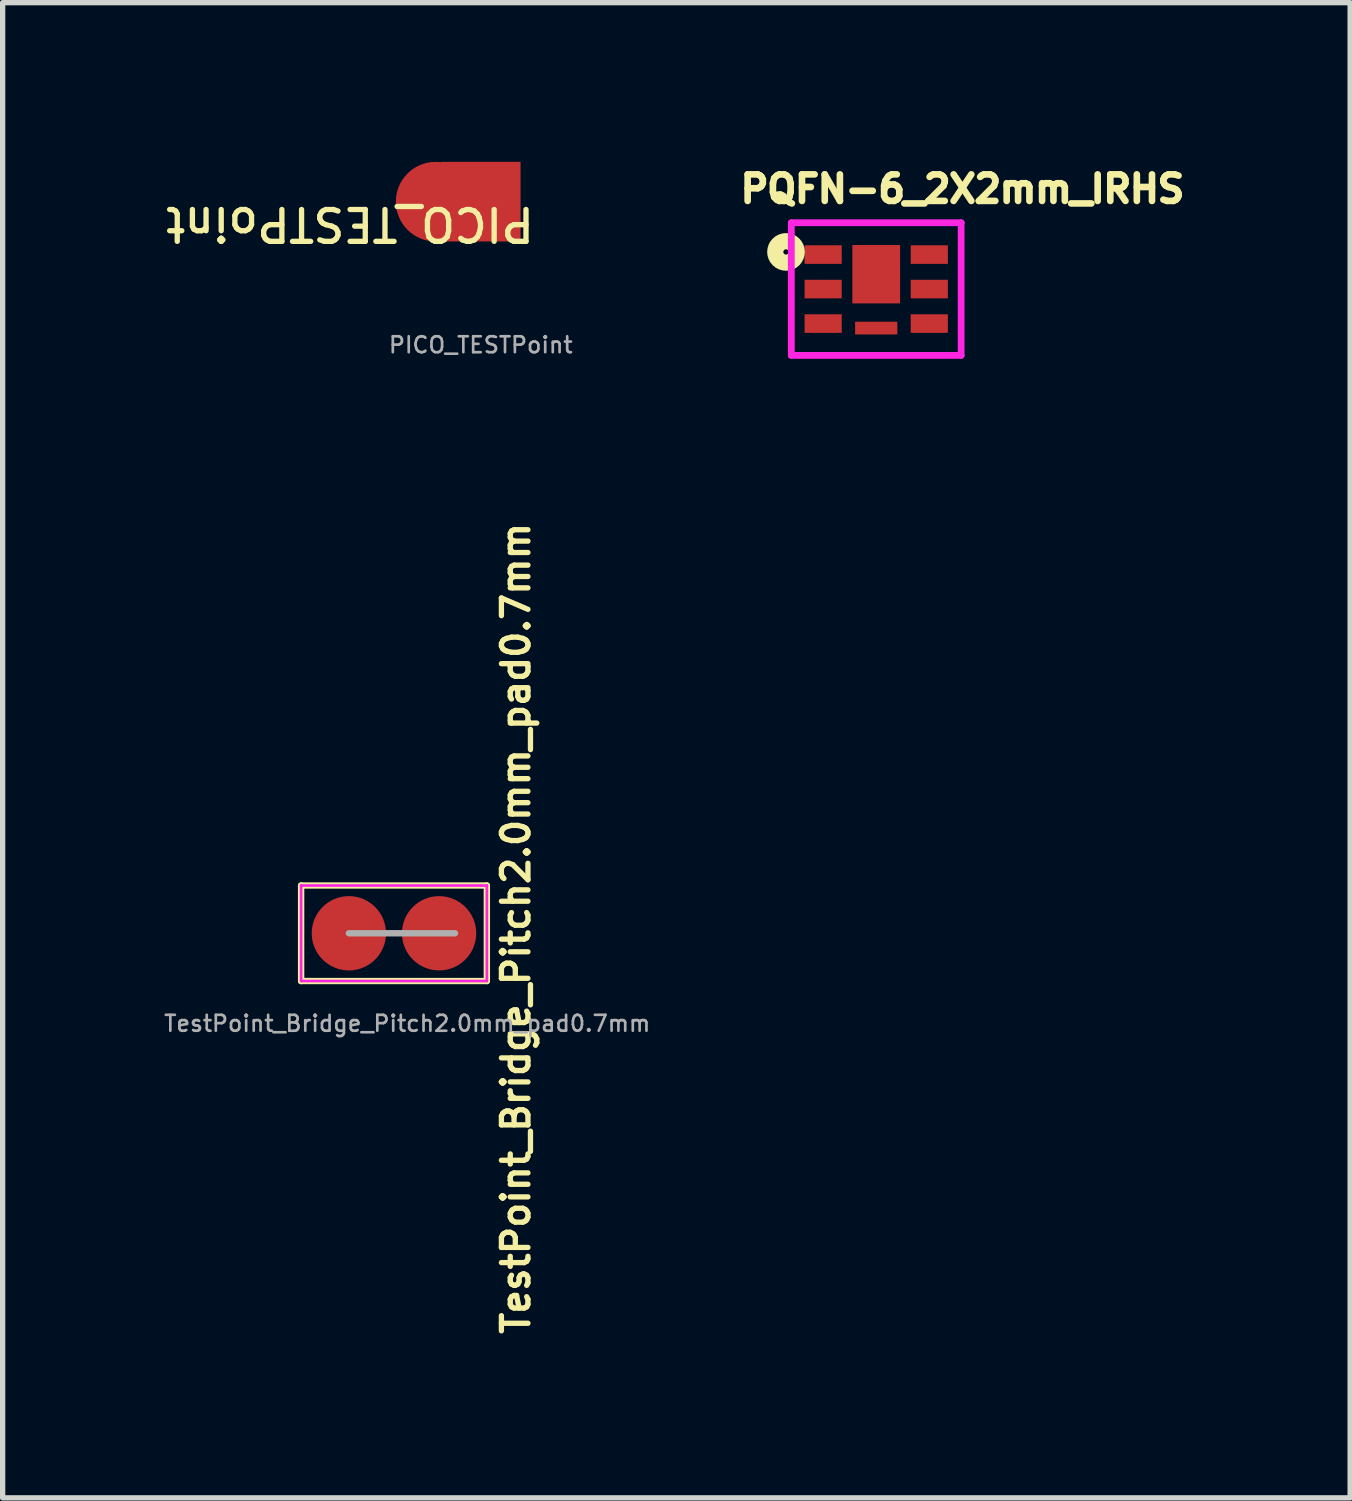
<source format=kicad_pcb>
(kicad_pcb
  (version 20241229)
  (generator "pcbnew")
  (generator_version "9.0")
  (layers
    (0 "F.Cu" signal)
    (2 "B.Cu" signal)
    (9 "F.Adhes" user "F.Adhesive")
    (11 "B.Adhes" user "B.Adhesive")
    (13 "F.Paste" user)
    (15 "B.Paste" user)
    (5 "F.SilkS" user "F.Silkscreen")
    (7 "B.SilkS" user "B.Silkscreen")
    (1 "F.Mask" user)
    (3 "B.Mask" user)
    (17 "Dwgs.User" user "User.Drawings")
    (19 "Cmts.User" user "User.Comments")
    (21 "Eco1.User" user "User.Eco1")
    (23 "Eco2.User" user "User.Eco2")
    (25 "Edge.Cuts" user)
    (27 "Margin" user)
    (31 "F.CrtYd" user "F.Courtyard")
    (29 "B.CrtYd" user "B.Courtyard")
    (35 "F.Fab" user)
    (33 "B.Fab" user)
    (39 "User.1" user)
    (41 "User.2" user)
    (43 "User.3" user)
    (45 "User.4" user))
  (footprint "PICO_TESTPoint"
    (layer "F.Cu")
    (at 6.009 0.95)
    (property "Reference" "PICO_TESTPoint" (at -2.462 0.22 180) (unlocked yes) (layer "F.SilkS") (effects (font (size 0.6 0.6) (thickness 0.1))))
    (attr smd)
    (fp_text user "${REFERENCE}" (at 0 2.5 0) (unlocked yes) (layer "F.Fab") (effects (font (size 0.3 0.3) (thickness 0.05))))
    (pad "1" smd oval (at -0.85 -0.2 180) (size 1.5 1.5) (layers "F.Cu" "F.Mask" "F.Paste"))
    (pad "1" smd rect (at 0 -0.2 180) (size 1.5 1.5) (layers "F.Cu" "F.Mask" "F.Paste")))
  (footprint "PQFN-6_2X2mm_IRHS"
    (layer "F.Cu")
    (at 13.461 2.397)
    (property "Reference" "PQFN-6_2X2mm_IRHS" (at 1.625 -1.886 180) (layer "F.SilkS") (effects (font (size 0.5 0.5) (thickness 1))))
    (attr smd)
    (fp_circle (center -1.7 -0.7) (end -1.65 -0.7) (stroke (width 0.305) (type solid)) (fill no) (layer "F.SilkS"))
    (fp_circle (center -1.7 -0.7) (end -1.559 -0.7) (stroke (width 0.127) (type solid)) (fill no) (layer "F.SilkS"))
    (fp_line (start -1.6 -1.25) (end 1.6 -1.25) (stroke (width 0.127) (type solid)) (layer "F.CrtYd"))
    (fp_line (start -1.6 1.25) (end -1.6 -1.25) (stroke (width 0.127) (type solid)) (layer "F.CrtYd"))
    (fp_line (start 1.6 -1.25) (end 1.6 1.25) (stroke (width 0.127) (type solid)) (layer "F.CrtYd"))
    (fp_line (start 1.6 1.25) (end -1.6 1.25) (stroke (width 0.127) (type solid)) (layer "F.CrtYd"))
    (pad "1" smd rect (at -1 -0.65) (size 0.7 0.35) (layers "F.Cu" "F.Mask" "F.Paste"))
    (pad "2" smd rect (at -1 0) (size 0.7 0.35) (layers "F.Cu" "F.Mask" "F.Paste"))
    (pad "3" smd rect (at -1 0.65) (size 0.7 0.35) (layers "F.Cu" "F.Mask" "F.Paste"))
    (pad "4" smd rect (at 1 0.65 180) (size 0.7 0.35) (layers "F.Cu" "F.Mask" "F.Paste"))
    (pad "5" smd rect (at 1 0 180) (size 0.7 0.35) (layers "F.Cu" "F.Mask" "F.Paste"))
    (pad "6" smd rect (at 1 -0.65 180) (size 0.7 0.35) (layers "F.Cu" "F.Mask" "F.Paste"))
    (pad "7" smd rect (at 0 -0.28) (size 0.9 1.1) (layers "F.Cu" "F.Mask" "F.Paste"))
    (pad "8" smd rect (at 0 0.735) (size 0.795 0.24) (layers "F.Cu" "F.Mask" "F.Paste")))
  (footprint "TestPoint_Bridge_Pitch2.0mm_pad0.7mm"
    (layer "F.Cu")
    (at 3.524 14.536)
    (property "Reference" "TestPoint_Bridge_Pitch2.0mm_pad0.7mm" (at 3.148 -0.092 90) (layer "F.SilkS") (effects (font (size 0.5 0.5) (thickness 0.1))))
    (attr through_hole)
    (fp_line (start -0.9 -0.9) (end -0.9 0.9) (stroke (width 0.12) (type solid)) (layer "F.SilkS"))
    (fp_line (start -0.9 0.9) (end 2.6 0.9) (stroke (width 0.12) (type solid)) (layer "F.SilkS"))
    (fp_line (start 2.6 -0.9) (end -0.9 -0.9) (stroke (width 0.12) (type solid)) (layer "F.SilkS"))
    (fp_line (start 2.6 0.9) (end 2.6 -0.9) (stroke (width 0.12) (type solid)) (layer "F.SilkS"))
    (fp_line (start -0.9 0.9) (end -0.9 -0.9) (stroke (width 0.05) (type solid)) (layer "F.CrtYd"))
    (fp_line (start -0.9 0.9) (end 2.6 0.9) (stroke (width 0.05) (type solid)) (layer "F.CrtYd"))
    (fp_line (start 2.6 -0.9) (end -0.9 -0.9) (stroke (width 0.05) (type solid)) (layer "F.CrtYd"))
    (fp_line (start 2.6 -0.9) (end 2.6 0.9) (stroke (width 0.05) (type solid)) (layer "F.CrtYd"))
    (fp_line (start 2 0) (end 0 0) (stroke (width 0.12) (type solid)) (layer "F.Fab"))
    (fp_text user "${REFERENCE}" (at 1.1 1.7 0) (layer "F.Fab") (effects (font (size 0.3 0.3) (thickness 0.05))))
    (pad "1" smd circle (at 0 0) (size 1.4 1.4) (layers "F.Cu" "F.Mask" "F.Paste"))
    (pad "2" smd circle (at 1.7 0) (size 1.4 1.4) (layers "F.Cu" "F.Mask" "F.Paste")))
  (gr_rect
    (start -3 -3)
    (end 22.391 25.175)
    (stroke (width 0.1) (type default))
    (fill no)
    (layer "Edge.Cuts")))
</source>
